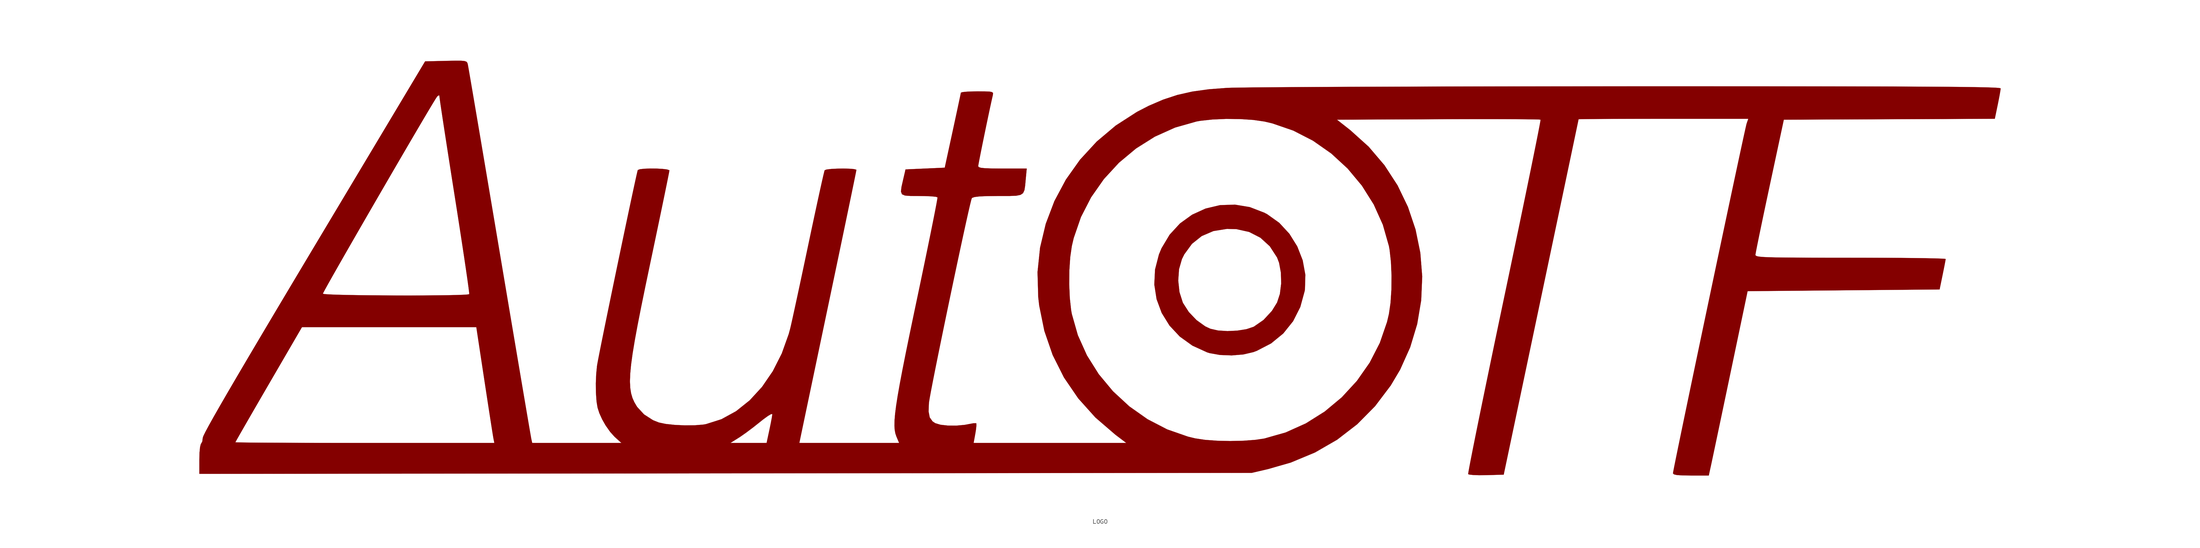
<source format=kicad_sym>
(kicad_symbol_lib
  (version 20231120)
  (generator "kicad_symbol_editor")
  (generator_version "8.0")
  (symbol "LOGO"
    (pin_names
      (offset 1.016))
    (property "Reference" "#G"
      (at 0 48.376 0)
      (effects (font (size 1.27 1.27)) (hide yes)))
    (symbol "LOGO_0_0"
      (polyline (pts (xy 28.801 -17.319) (xy 30.889 -16.834) (xy 31.616 -16.565) (xy 34.606 -15.017) (xy 37.148 -12.938) (xy 39.195 -10.386) (xy 40.697 -7.419) (xy 41.607 -4.094) (xy 41.665 -3.721) (xy 41.749 -0.695) (xy 41.195 2.325) (xy 40.064 5.22) (xy 38.414 7.868) (xy 36.305 10.146) (xy 33.794 11.936) (xy 33.219 12.243) (xy 30.17 13.419) (xy 27.048 13.937) (xy 23.941 13.828) (xy 20.939 13.118) (xy 18.131 11.836) (xy 15.607 10.013) (xy 13.454 7.675) (xy 11.764 4.853) (xy 11.217 3.544) (xy 10.405 0.395) (xy 10.293 -1.909) (xy 15.241 -1.909) (xy 15.409 0.475) (xy 16.011 2.569) (xy 16.507 3.567) (xy 18.102 5.751) (xy 20.137 7.378) (xy 22.58 8.427) (xy 25.4 8.877) (xy 27.35 8.831) (xy 30.036 8.235) (xy 32.38 7.031) (xy 34.336 5.245) (xy 35.855 2.905) (xy 36.274 1.792) (xy 36.654 -0.273) (xy 36.71 -2.524) (xy 36.443 -4.686) (xy 35.853 -6.485) (xy 34.774 -8.232) (xy 33.026 -10.121) (xy 31.014 -11.515) (xy 30.951 -11.547) (xy 29.454 -12.046) (xy 27.542 -12.35) (xy 25.478 -12.444) (xy 23.522 -12.317) (xy 21.939 -11.956) (xy 20.871 -11.455) (xy 19.066 -10.157) (xy 17.456 -8.472) (xy 16.25 -6.595) (xy 16.181 -6.449) (xy 15.501 -4.308) (xy 15.241 -1.909) (xy 10.293 -1.909) (xy 10.253 -2.74) (xy 10.727 -5.784) (xy 11.792 -8.658) (xy 13.414 -11.284) (xy 15.559 -13.582) (xy 18.193 -15.476) (xy 21.281 -16.886) (xy 21.788 -17.042) (xy 23.952 -17.425) (xy 26.389 -17.516) (xy 28.801 -17.319)) (stroke (width 0.01) (type default)) (fill (type outline)))
      (polyline (pts (xy 126.288 -40.694) (xy 126.296 -40.661) (xy 126.462 -39.887) (xy 126.757 -38.496) (xy 127.165 -36.564) (xy 127.67 -34.167) (xy 128.256 -31.382) (xy 128.907 -28.285) (xy 129.607 -24.954) (xy 130.339 -21.465) (xy 133.976 -4.114) (xy 153.995 -3.935) (xy 174.013 -3.756) (xy 174.638 -0.716) (xy 174.754 -0.147) (xy 175.018 1.169) (xy 175.204 2.143) (xy 175.279 2.594) (xy 175.13 2.627) (xy 174.351 2.675) (xy 172.963 2.719) (xy 171.03 2.759) (xy 168.617 2.794) (xy 165.787 2.822) (xy 162.605 2.844) (xy 159.135 2.857) (xy 155.441 2.862) (xy 154.912 2.862) (xy 150.714 2.863) (xy 147.171 2.868) (xy 144.226 2.878) (xy 141.826 2.895) (xy 139.915 2.921) (xy 138.437 2.957) (xy 137.339 3.005) (xy 136.565 3.067) (xy 136.059 3.144) (xy 135.768 3.239) (xy 135.635 3.353) (xy 135.607 3.488) (xy 135.613 3.547) (xy 135.726 4.191) (xy 135.97 5.436) (xy 136.328 7.202) (xy 136.785 9.409) (xy 137.322 11.978) (xy 137.926 14.831) (xy 138.578 17.887) (xy 141.528 31.66) (xy 163.526 31.753) (xy 185.525 31.845) (xy 186.136 34.794) (xy 186.23 35.254) (xy 186.494 36.606) (xy 186.677 37.65) (xy 186.745 38.189) (xy 186.688 38.225) (xy 186.382 38.275) (xy 185.792 38.32) (xy 184.894 38.362) (xy 183.663 38.4) (xy 182.075 38.435) (xy 180.107 38.466) (xy 177.736 38.494) (xy 174.935 38.518) (xy 171.683 38.54) (xy 167.954 38.559) (xy 163.726 38.575) (xy 158.973 38.588) (xy 153.673 38.599) (xy 147.8 38.608) (xy 141.332 38.614) (xy 134.244 38.618) (xy 126.513 38.62) (xy 118.114 38.621) (xy 109.023 38.62) (xy 101.675 38.617) (xy 94.322 38.611) (xy 87.145 38.602) (xy 80.182 38.591) (xy 73.469 38.578) (xy 67.04 38.563) (xy 60.933 38.545) (xy 55.182 38.526) (xy 49.824 38.505) (xy 44.894 38.482) (xy 40.429 38.458) (xy 36.464 38.432) (xy 33.036 38.405) (xy 30.179 38.378) (xy 27.93 38.349) (xy 26.325 38.319) (xy 25.4 38.289) (xy 21.618 38.002) (xy 18.167 37.522) (xy 15.056 36.818) (xy 12.102 35.846) (xy 9.119 34.566) (xy 6.637 33.288) (xy 2.203 30.429) (xy -1.766 27.085) (xy -5.241 23.309) (xy -8.19 19.156) (xy -10.582 14.68) (xy -12.385 9.935) (xy -13.569 4.974) (xy -14.101 -0.147) (xy -14.028 -2.687) (xy -7.493 -2.687) (xy -7.463 0.24) (xy -7.281 2.986) (xy -6.947 5.292) (xy -6.555 6.963) (xy -5.045 11.339) (xy -2.928 15.459) (xy -0.265 19.259) (xy 2.881 22.677) (xy 6.446 25.651) (xy 10.368 28.117) (xy 14.586 30.013) (xy 19.035 31.277) (xy 19.861 31.424) (xy 22.369 31.697) (xy 25.216 31.82) (xy 28.143 31.79) (xy 30.889 31.609) (xy 33.196 31.277) (xy 34.865 30.887) (xy 39.236 29.382) (xy 43.351 27.268) (xy 47.149 24.607) (xy 50.566 21.462) (xy 53.54 17.895) (xy 56.009 13.969) (xy 57.909 9.747) (xy 59.178 5.292) (xy 59.322 4.491) (xy 59.6 1.981) (xy 59.724 -0.87) (xy 59.695 -3.802) (xy 59.514 -6.555) (xy 59.178 -8.869) (xy 58.786 -10.54) (xy 57.276 -14.917) (xy 55.159 -19.037) (xy 52.496 -22.837) (xy 49.35 -26.255) (xy 45.785 -29.228) (xy 41.863 -31.695) (xy 37.645 -33.591) (xy 33.196 -34.855) (xy 31.336 -35.131) (xy 28.833 -35.318) (xy 26.09 -35.38) (xy 23.343 -35.318) (xy 20.828 -35.133) (xy 18.782 -34.825) (xy 17.292 -34.467) (xy 12.94 -32.95) (xy 8.837 -30.823) (xy 5.048 -28.151) (xy 1.637 -24.998) (xy -1.333 -21.429) (xy -3.797 -17.508) (xy -5.69 -13.3) (xy -6.95 -8.869) (xy -7.097 -8.046) (xy -7.371 -5.535) (xy -7.493 -2.687) (xy -14.028 -2.687) (xy -13.951 -5.375) (xy -13.747 -7.136) (xy -12.674 -12.419) (xy -10.949 -17.426) (xy -8.59 -22.124) (xy -5.615 -26.48) (xy -2.042 -30.463) (xy 2.11 -34.039) (xy 4.4 -35.775) (xy -11.512 -35.775) (xy -27.425 -35.775) (xy -27.068 -33.807) (xy -26.935 -32.982) (xy -26.842 -32.091) (xy -26.871 -31.68) (xy -26.942 -31.653) (xy -27.526 -31.68) (xy -28.451 -31.851) (xy -29.29 -32.008) (xy -31.028 -32.166) (xy -32.792 -32.155) (xy -34.34 -31.982) (xy -35.429 -31.654) (xy -35.984 -31.286) (xy -36.581 -30.446) (xy -36.822 -29.202) (xy -36.748 -27.425) (xy -36.732 -27.292) (xy -36.582 -26.368) (xy -36.308 -24.877) (xy -35.925 -22.892) (xy -35.45 -20.488) (xy -34.897 -17.741) (xy -34.283 -14.725) (xy -33.623 -11.514) (xy -32.932 -8.183) (xy -32.227 -4.807) (xy -31.523 -1.46) (xy -30.836 1.782) (xy -30.18 4.846) (xy -29.573 7.656) (xy -29.029 10.138) (xy -28.564 12.218) (xy -28.194 13.82) (xy -27.935 14.87) (xy -27.801 15.294) (xy -27.751 15.343) (xy -27.241 15.525) (xy -26.216 15.649) (xy -24.609 15.719) (xy -22.354 15.741) (xy -21.837 15.74) (xy -19.897 15.741) (xy -18.537 15.797) (xy -17.646 15.974) (xy -17.114 16.338) (xy -16.83 16.957) (xy -16.683 17.897) (xy -16.562 19.224) (xy -16.353 21.465) (xy -21.413 21.465) (xy -21.61 21.465) (xy -23.616 21.48) (xy -25.009 21.528) (xy -25.886 21.617) (xy -26.342 21.758) (xy -26.473 21.96) (xy -26.433 22.239) (xy -26.269 23.131) (xy -26.001 24.501) (xy -25.656 26.221) (xy -25.259 28.164) (xy -24.838 30.202) (xy -24.418 32.207) (xy -24.026 34.054) (xy -23.687 35.613) (xy -23.428 36.758) (xy -23.403 36.869) (xy -23.378 37.203) (xy -23.564 37.408) (xy -24.086 37.515) (xy -25.071 37.557) (xy -26.645 37.563) (xy -27.527 37.554) (xy -28.832 37.501) (xy -29.736 37.41) (xy -30.081 37.295) (xy -30.099 37.197) (xy -30.239 36.515) (xy -30.5 35.284) (xy -30.858 33.607) (xy -31.293 31.589) (xy -31.78 29.335) (xy -33.449 21.644) (xy -37.537 21.465) (xy -41.625 21.286) (xy -42.083 19.318) (xy -42.125 19.139) (xy -42.464 17.649) (xy -42.579 16.674) (xy -42.372 16.103) (xy -41.744 15.83) (xy -40.599 15.745) (xy -38.837 15.741) (xy -37.666 15.727) (xy -36.307 15.672) (xy -35.352 15.583) (xy -34.956 15.473) (xy -34.998 15.103) (xy -35.177 14.092) (xy -35.481 12.503) (xy -35.897 10.397) (xy -36.413 7.836) (xy -37.016 4.882) (xy -37.694 1.597) (xy -38.435 -1.959) (xy -39.226 -5.724) (xy -39.789 -8.399) (xy -40.76 -13.055) (xy -41.586 -17.09) (xy -42.274 -20.555) (xy -42.832 -23.5) (xy -43.268 -25.975) (xy -43.589 -28.033) (xy -43.803 -29.723) (xy -43.917 -31.096) (xy -43.939 -32.203) (xy -43.877 -33.094) (xy -43.738 -33.821) (xy -43.529 -34.433) (xy -42.966 -35.775) (xy -53.367 -35.775) (xy -63.768 -35.775) (xy -63.566 -34.791) (xy -63.555 -34.736) (xy -63.419 -34.084) (xy -63.15 -32.8) (xy -62.76 -30.94) (xy -62.261 -28.559) (xy -61.663 -25.713) (xy -60.98 -22.457) (xy -60.222 -18.848) (xy -59.402 -14.94) (xy -58.53 -10.79) (xy -57.619 -6.453) (xy -57.381 -5.318) (xy -56.485 -1.049) (xy -55.636 3.003) (xy -54.846 6.785) (xy -54.124 10.244) (xy -53.483 13.325) (xy -52.933 15.974) (xy -52.486 18.139) (xy -52.153 19.764) (xy -51.945 20.797) (xy -51.873 21.183) (xy -51.907 21.233) (xy -52.415 21.358) (xy -53.386 21.434) (xy -54.628 21.46) (xy -55.95 21.44) (xy -57.161 21.375) (xy -58.07 21.267) (xy -58.485 21.118) (xy -58.546 20.919) (xy -58.751 20.083) (xy -59.074 18.668) (xy -59.501 16.748) (xy -60.015 14.394) (xy -60.6 11.681) (xy -61.241 8.681) (xy -61.92 5.467) (xy -62.313 3.606) (xy -62.997 0.38) (xy -63.644 -2.655) (xy -64.236 -5.412) (xy -64.756 -7.809) (xy -65.183 -9.76) (xy -65.501 -11.18) (xy -65.692 -11.985) (xy -65.987 -13.07) (xy -67.436 -17.121) (xy -69.308 -20.813) (xy -71.553 -24.087) (xy -74.119 -26.885) (xy -76.957 -29.151) (xy -80.014 -30.826) (xy -83.24 -31.853) (xy -83.848 -31.954) (xy -85.602 -32.094) (xy -87.651 -32.112) (xy -89.744 -32.015) (xy -91.63 -31.814) (xy -93.056 -31.516) (xy -94.288 -31.026) (xy -96.154 -29.823) (xy -97.568 -28.289) (xy -97.679 -28.12) (xy -98.174 -27.283) (xy -98.569 -26.401) (xy -98.857 -25.418) (xy -99.035 -24.282) (xy -99.097 -22.938) (xy -99.038 -21.33) (xy -98.854 -19.406) (xy -98.54 -17.111) (xy -98.09 -14.389) (xy -97.5 -11.188) (xy -96.765 -7.453) (xy -95.88 -3.128) (xy -94.84 1.839) (xy -94.456 3.658) (xy -93.726 7.135) (xy -93.049 10.371) (xy -92.439 13.302) (xy -91.909 15.861) (xy -91.474 17.983) (xy -91.146 19.602) (xy -90.939 20.652) (xy -90.868 21.068) (xy -90.894 21.12) (xy -91.38 21.281) (xy -92.337 21.395) (xy -93.571 21.459) (xy -94.892 21.469) (xy -96.108 21.424) (xy -97.026 21.321) (xy -97.455 21.157) (xy -97.503 20.997) (xy -97.688 20.214) (xy -97.99 18.852) (xy -98.395 16.986) (xy -98.887 14.693) (xy -99.449 12.049) (xy -100.065 9.129) (xy -100.72 6.01) (xy -101.398 2.767) (xy -102.084 -0.523) (xy -102.76 -3.785) (xy -103.412 -6.942) (xy -104.024 -9.918) (xy -104.579 -12.639) (xy -105.062 -15.026) (xy -105.457 -17.006) (xy -105.748 -18.5) (xy -105.92 -19.435) (xy -105.969 -19.756) (xy -106.129 -21.416) (xy -106.208 -23.347) (xy -106.189 -25.195) (xy -106.176 -25.462) (xy -106.057 -27.141) (xy -105.846 -28.416) (xy -105.478 -29.562) (xy -104.891 -30.854) (xy -104.181 -32.106) (xy -103.223 -33.469) (xy -102.311 -34.484) (xy -100.882 -35.775) (xy -78.129 -35.775) (xy -76.359 -34.663) (xy -76.064 -34.472) (xy -74.836 -33.611) (xy -73.396 -32.53) (xy -71.996 -31.419) (xy -71.314 -30.874) (xy -70.33 -30.157) (xy -69.654 -29.758) (xy -69.403 -29.75) (xy -69.406 -29.817) (xy -69.507 -30.495) (xy -69.718 -31.622) (xy -70 -32.994) (xy -70.598 -35.775) (xy -74.363 -35.775) (xy -78.129 -35.775) (xy -100.882 -35.775) (xy -110.178 -35.775) (xy -119.474 -35.775) (xy -119.659 -34.97) (xy -119.661 -34.96) (xy -119.752 -34.454) (xy -119.954 -33.293) (xy -120.258 -31.523) (xy -120.656 -29.191) (xy -121.14 -26.343) (xy -121.703 -23.026) (xy -122.336 -19.287) (xy -123.031 -15.171) (xy -123.782 -10.727) (xy -124.579 -6) (xy -125.415 -1.038) (xy -126.282 4.114) (xy -126.347 4.5) (xy -127.212 9.64) (xy -128.046 14.587) (xy -128.84 19.295) (xy -129.587 23.717) (xy -130.278 27.807) (xy -130.907 31.518) (xy -131.465 34.803) (xy -131.943 37.615) (xy -132.335 39.909) (xy -132.632 41.637) (xy -132.827 42.752) (xy -132.911 43.209) (xy -133.008 43.531) (xy -133.208 43.764) (xy -133.63 43.901) (xy -134.396 43.96) (xy -135.631 43.961) (xy -137.457 43.924) (xy -141.812 43.824) (xy -164.994 5.073) (xy -166.182 3.086) (xy -169.858 -3.069) (xy -170.8 -4.651) (xy -163.132 -4.651) (xy -163.069 -4.501) (xy -162.696 -3.795) (xy -162.018 -2.571) (xy -161.074 -0.893) (xy -159.898 1.176) (xy -158.529 3.574) (xy -157 6.237) (xy -155.351 9.104) (xy -153.616 12.11) (xy -151.832 15.194) (xy -150.035 18.293) (xy -148.263 21.343) (xy -146.55 24.283) (xy -144.934 27.049) (xy -143.451 29.578) (xy -142.137 31.808) (xy -141.03 33.675) (xy -140.164 35.118) (xy -139.577 36.073) (xy -139.304 36.477) (xy -139.171 36.613) (xy -138.867 36.776) (xy -138.791 36.298) (xy -138.761 36.027) (xy -138.63 35.086) (xy -138.403 33.552) (xy -138.092 31.49) (xy -137.705 28.966) (xy -137.254 26.045) (xy -136.748 22.794) (xy -136.197 19.277) (xy -135.612 15.562) (xy -135.18 12.818) (xy -134.628 9.269) (xy -134.123 5.979) (xy -133.674 3.013) (xy -133.291 0.432) (xy -132.983 -1.697) (xy -132.76 -3.311) (xy -132.632 -4.347) (xy -132.607 -4.74) (xy -132.948 -4.809) (xy -133.917 -4.871) (xy -135.423 -4.922) (xy -137.376 -4.962) (xy -139.686 -4.99) (xy -142.265 -5.008) (xy -145.022 -5.015) (xy -147.869 -5.012) (xy -150.716 -4.999) (xy -153.474 -4.976) (xy -156.052 -4.944) (xy -158.363 -4.903) (xy -160.315 -4.853) (xy -161.821 -4.793) (xy -162.79 -4.726) (xy -163.132 -4.651) (xy -170.8 -4.651) (xy -173.172 -8.631) (xy -176.131 -13.614) (xy -178.745 -18.032) (xy -181.021 -21.899) (xy -182.968 -25.229) (xy -184.592 -28.036) (xy -185.904 -30.333) (xy -186.909 -32.135) (xy -187.618 -33.455) (xy -188.037 -34.307) (xy -188.175 -34.705) (xy -188.272 -35.469) (xy -188.365 -35.641) (xy -181.377 -35.641) (xy -181.369 -35.62) (xy -181.124 -35.169) (xy -180.565 -34.182) (xy -179.732 -32.726) (xy -178.664 -30.869) (xy -177.399 -28.678) (xy -175.976 -26.222) (xy -174.434 -23.567) (xy -167.491 -11.627) (xy -149.311 -11.627) (xy -131.131 -11.627) (xy -129.446 -22.717) (xy -129.256 -23.96) (xy -128.843 -26.664) (xy -128.463 -29.135) (xy -128.13 -31.278) (xy -127.861 -32.998) (xy -127.668 -34.201) (xy -127.568 -34.791) (xy -127.376 -35.775) (xy -154.376 -35.775) (xy -154.791 -35.775) (xy -159.098 -35.773) (xy -163.186 -35.767) (xy -167 -35.759) (xy -170.483 -35.748) (xy -173.582 -35.735) (xy -176.242 -35.719) (xy -178.406 -35.702) (xy -180.02 -35.683) (xy -181.029 -35.662) (xy -181.377 -35.641) (xy -188.365 -35.641) (xy -188.532 -35.953) (xy -188.593 -36.035) (xy -188.745 -36.679) (xy -188.851 -37.795) (xy -188.89 -39.199) (xy -188.89 -42.224) (xy -79.151 -42.121) (xy 30.587 -42.018) (xy 33.986 -41.226) (xy 38.71 -39.87) (xy 43.759 -37.77) (xy 48.382 -35.103) (xy 52.565 -31.878) (xy 56.296 -28.104) (xy 59.559 -23.79) (xy 61.514 -20.496) (xy 63.614 -15.816) (xy 65.075 -10.974) (xy 65.907 -6.033) (xy 66.12 -1.055) (xy 65.724 3.895) (xy 64.729 8.755) (xy 63.145 13.46) (xy 60.981 17.949) (xy 58.249 22.156) (xy 54.958 26.02) (xy 51.119 29.476) (xy 48.34 31.66) (xy 69.481 31.753) (xy 73.019 31.766) (xy 76.643 31.773) (xy 79.993 31.775) (xy 83.006 31.77) (xy 85.618 31.76) (xy 87.767 31.744) (xy 89.39 31.723) (xy 90.422 31.697) (xy 90.803 31.666) (xy 90.767 31.367) (xy 90.594 30.412) (xy 90.291 28.844) (xy 89.867 26.709) (xy 89.331 24.053) (xy 88.694 20.923) (xy 87.963 17.365) (xy 87.149 13.424) (xy 86.261 9.147) (xy 85.309 4.579) (xy 84.302 -0.233) (xy 83.249 -5.244) (xy 82.307 -9.725) (xy 81.294 -14.566) (xy 80.336 -19.169) (xy 79.441 -23.489) (xy 78.619 -27.479) (xy 77.88 -31.092) (xy 77.233 -34.283) (xy 76.688 -37.006) (xy 76.253 -39.214) (xy 75.938 -40.86) (xy 75.753 -41.899) (xy 75.707 -42.285) (xy 75.917 -42.37) (xy 76.723 -42.464) (xy 77.973 -42.508) (xy 79.507 -42.495) (xy 83.115 -42.393) (xy 90.916 -5.366) (xy 91.92 -0.601) (xy 92.94 4.24) (xy 93.909 8.839) (xy 94.817 13.149) (xy 95.654 17.124) (xy 96.41 20.72) (xy 97.078 23.889) (xy 97.645 26.587) (xy 98.103 28.768) (xy 98.443 30.386) (xy 98.655 31.395) (xy 98.728 31.75) (xy 98.739 31.753) (xy 99.202 31.77) (xy 100.301 31.787) (xy 101.967 31.801) (xy 104.133 31.814) (xy 106.73 31.825) (xy 109.691 31.833) (xy 112.946 31.838) (xy 116.428 31.839) (xy 134.118 31.839) (xy 133.776 30.856) (xy 133.726 30.668) (xy 133.532 29.824) (xy 133.211 28.373) (xy 132.775 26.372) (xy 132.238 23.877) (xy 131.61 20.946) (xy 130.903 17.636) (xy 130.13 14.002) (xy 129.303 10.103) (xy 128.433 5.995) (xy 127.532 1.734) (xy 126.613 -2.623) (xy 125.688 -7.018) (xy 124.767 -11.395) (xy 123.864 -15.697) (xy 122.99 -19.868) (xy 122.157 -23.85) (xy 121.378 -27.587) (xy 120.663 -31.022) (xy 120.026 -34.097) (xy 119.478 -36.757) (xy 119.03 -38.945) (xy 118.696 -40.603) (xy 118.487 -41.674) (xy 118.414 -42.103) (xy 118.414 -42.114) (xy 118.61 -42.332) (xy 119.233 -42.473) (xy 120.38 -42.549) (xy 122.145 -42.572) (xy 125.876 -42.572) (xy 126.288 -40.694)) (stroke (width 0.01) (type default)) (fill (type outline))))))
</source>
